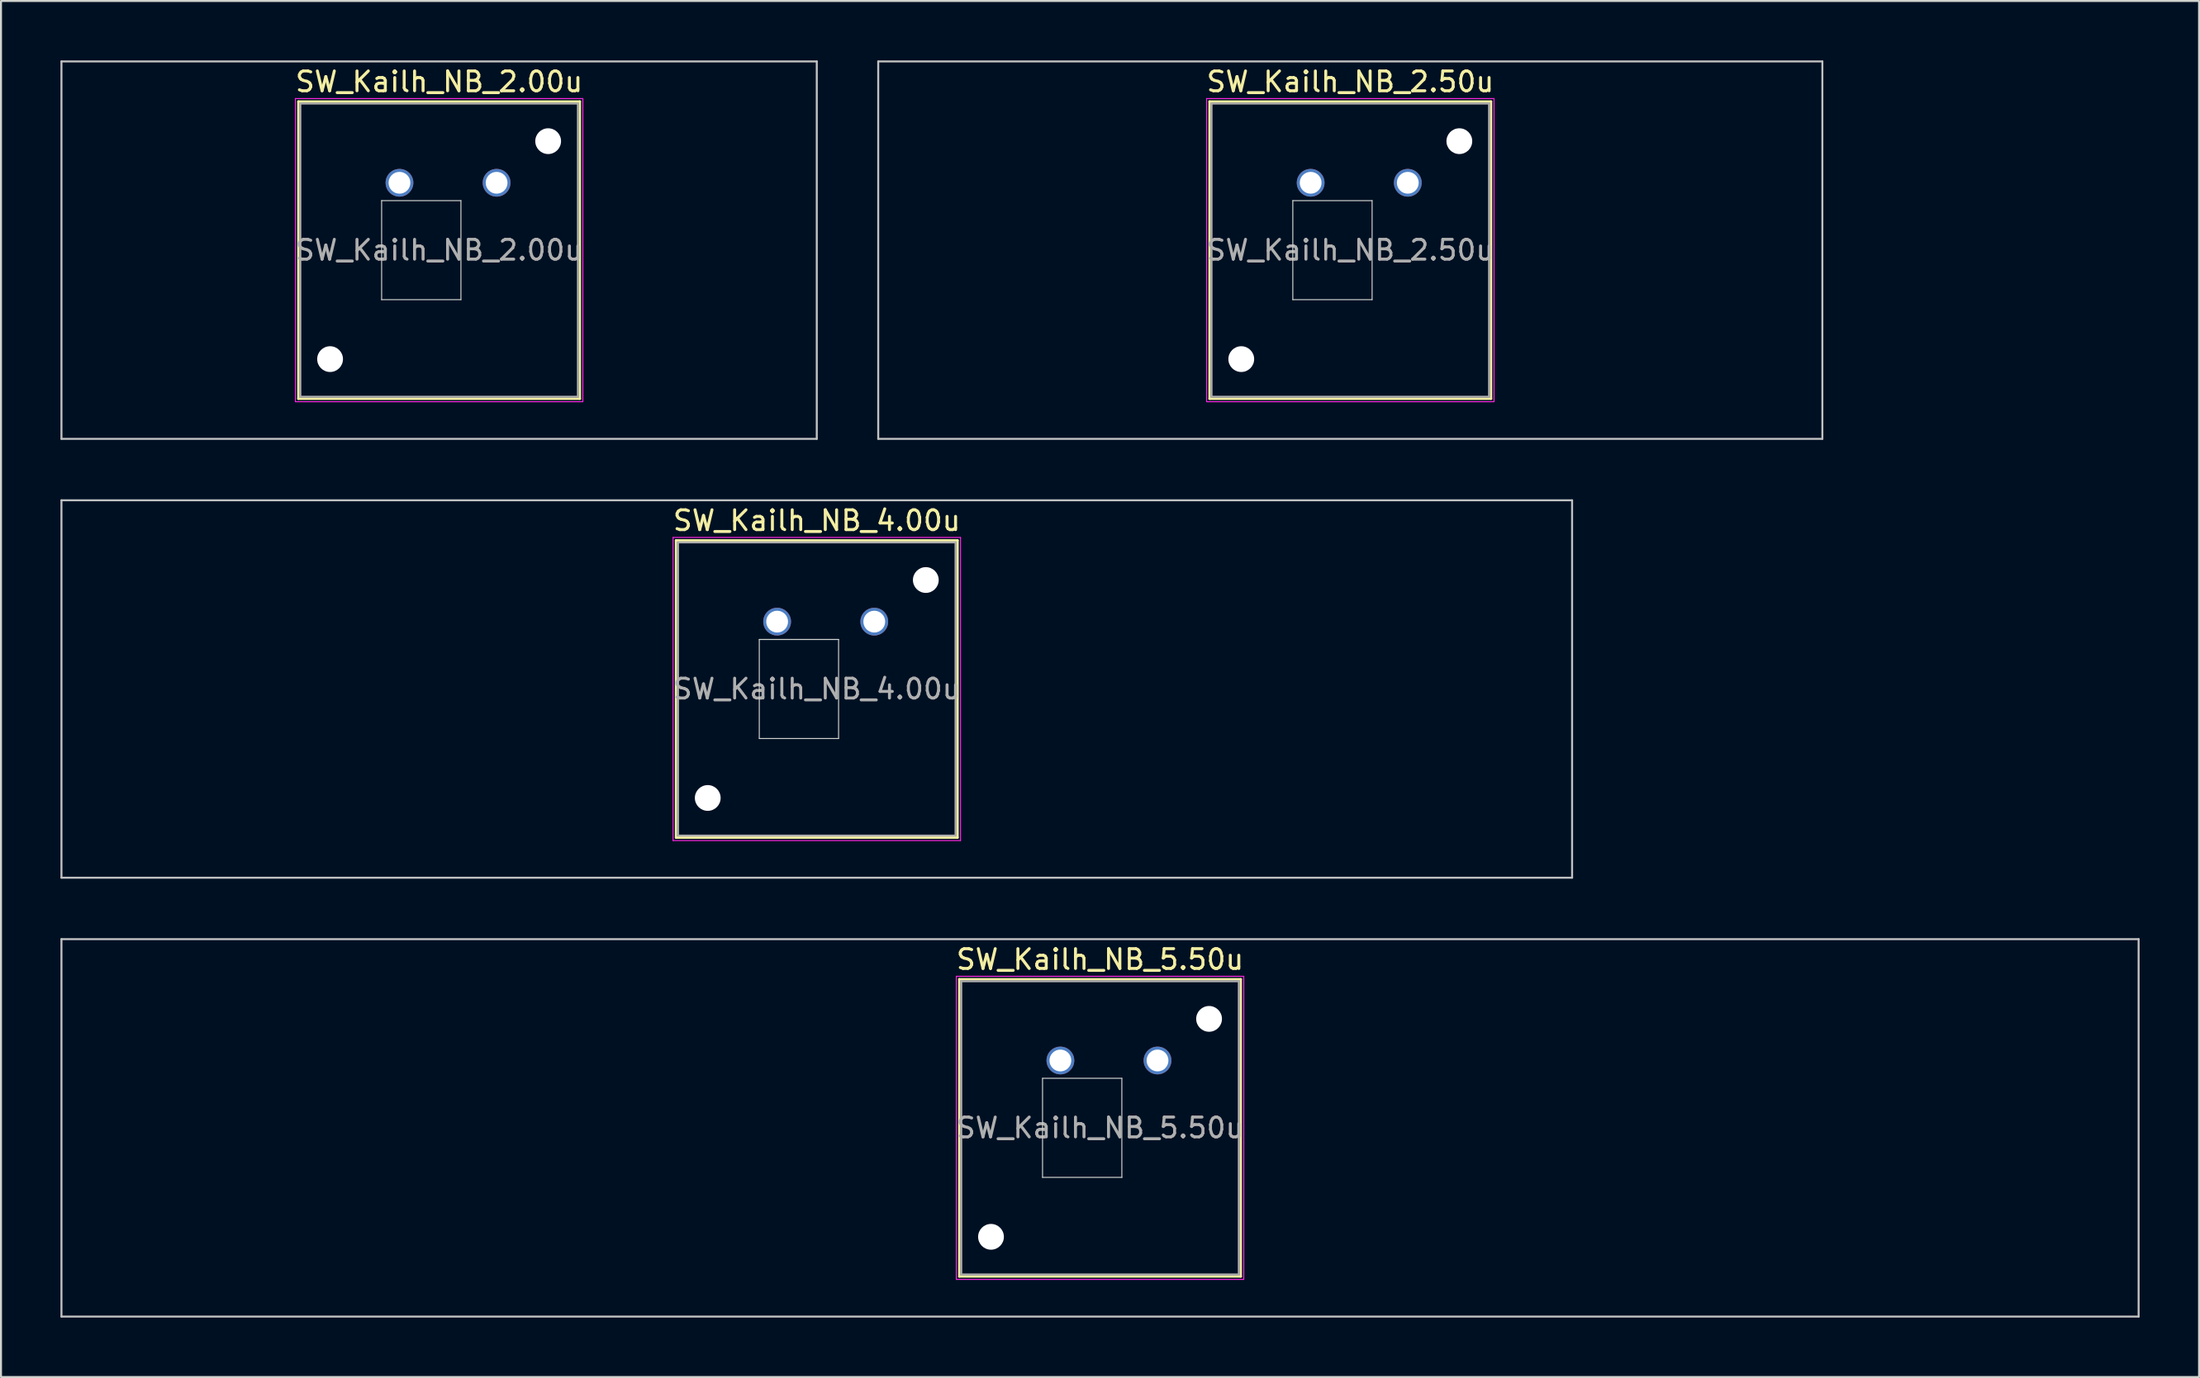
<source format=kicad_pcb>
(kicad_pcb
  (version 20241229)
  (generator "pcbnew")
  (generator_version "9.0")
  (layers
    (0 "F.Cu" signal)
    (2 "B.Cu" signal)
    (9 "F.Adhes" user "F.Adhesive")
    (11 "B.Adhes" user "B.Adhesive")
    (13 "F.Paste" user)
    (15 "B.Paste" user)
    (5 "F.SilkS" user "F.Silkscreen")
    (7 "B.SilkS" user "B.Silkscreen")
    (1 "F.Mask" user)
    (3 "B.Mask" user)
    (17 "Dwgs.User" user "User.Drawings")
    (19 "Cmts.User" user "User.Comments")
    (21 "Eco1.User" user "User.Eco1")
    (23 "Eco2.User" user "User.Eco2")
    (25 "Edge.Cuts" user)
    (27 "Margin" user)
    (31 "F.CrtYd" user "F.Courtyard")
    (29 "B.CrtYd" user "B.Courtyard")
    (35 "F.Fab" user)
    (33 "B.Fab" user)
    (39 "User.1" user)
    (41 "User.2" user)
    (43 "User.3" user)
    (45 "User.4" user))
  (footprint "SW_Kailh_NB_4.00u"
    (layer "F.Cu")
    (at 38.15 31.725)
    (property "Reference" "SW_Kailh_NB_4.00u" (at 0 -8.5 0) (layer "F.SilkS") (effects (font (size 1 1) (thickness 0.15))))
    (attr through_hole)
    (fp_line (start -7.1 -7.5) (end -7.1 7.5) (stroke (width 0.12) (type solid)) (layer "F.SilkS"))
    (fp_line (start -7.1 7.5) (end 7.1 7.5) (stroke (width 0.12) (type solid)) (layer "F.SilkS"))
    (fp_line (start 7.1 -7.5) (end -7.1 -7.5) (stroke (width 0.12) (type solid)) (layer "F.SilkS"))
    (fp_line (start 7.1 7.5) (end 7.1 -7.5) (stroke (width 0.12) (type solid)) (layer "F.SilkS"))
    (fp_line (start -38.1 -9.525) (end -38.1 9.525) (stroke (width 0.1) (type solid)) (layer "Dwgs.User"))
    (fp_line (start -38.1 9.525) (end 38.1 9.525) (stroke (width 0.1) (type solid)) (layer "Dwgs.User"))
    (fp_line (start 38.1 -9.525) (end -38.1 -9.525) (stroke (width 0.1) (type solid)) (layer "Dwgs.User"))
    (fp_line (start 38.1 9.525) (end 38.1 -9.525) (stroke (width 0.1) (type solid)) (layer "Dwgs.User"))
    (fp_line (start -2.9 -2.5) (end 1.1 -2.5) (stroke (width 0.05) (type solid)) (layer "Edge.Cuts"))
    (fp_line (start -2.9 2.5) (end -2.9 -2.5) (stroke (width 0.05) (type solid)) (layer "Edge.Cuts"))
    (fp_line (start 1.1 -2.5) (end 1.1 2.5) (stroke (width 0.05) (type solid)) (layer "Edge.Cuts"))
    (fp_line (start 1.1 2.5) (end -2.9 2.5) (stroke (width 0.05) (type solid)) (layer "Edge.Cuts"))
    (fp_line (start -7.25 -7.65) (end -7.25 7.65) (stroke (width 0.05) (type solid)) (layer "F.CrtYd"))
    (fp_line (start -7.25 7.65) (end 7.25 7.65) (stroke (width 0.05) (type solid)) (layer "F.CrtYd"))
    (fp_line (start 7.25 -7.65) (end -7.25 -7.65) (stroke (width 0.05) (type solid)) (layer "F.CrtYd"))
    (fp_line (start 7.25 7.65) (end 7.25 -7.65) (stroke (width 0.05) (type solid)) (layer "F.CrtYd"))
    (fp_line (start -7 -7.4) (end -7 7.4) (stroke (width 0.1) (type solid)) (layer "F.Fab"))
    (fp_line (start -7 7.4) (end 7 7.4) (stroke (width 0.1) (type solid)) (layer "F.Fab"))
    (fp_line (start 7 -7.4) (end -7 -7.4) (stroke (width 0.1) (type solid)) (layer "F.Fab"))
    (fp_line (start 7 7.4) (end 7 -7.4) (stroke (width 0.1) (type solid)) (layer "F.Fab"))
    (fp_text user "${REFERENCE}" (at 0 0 0) (layer "F.Fab") (effects (font (size 1 1) (thickness 0.15))))
    (pad "" np_thru_hole circle (at -5.5 5.5) (size 1.3 1.3) (drill 1.3) (layers "*.Cu" "*.Mask"))
    (pad "" smd circle (at -2 -3.4) (size 1.15 1.15) (layers "F.Mask"))
    (pad "" smd circle (at 2.9 -3.4) (size 1.15 1.15) (layers "F.Mask"))
    (pad "" np_thru_hole circle (at 5.5 -5.5) (size 1.3 1.3) (drill 1.3) (layers "*.Cu" "*.Mask"))
    (pad "1" thru_hole circle (at -2 -3.4) (size 1.4 1.4) (drill 1.1) (layers "*.Cu" "B.Mask"))
    (pad "2" thru_hole circle (at 2.9 -3.4) (size 1.4 1.4) (drill 1.1) (layers "*.Cu" "B.Mask")))
  (footprint "SW_Kailh_NB_5.50u"
    (layer "F.Cu")
    (at 52.438 53.875)
    (property "Reference" "SW_Kailh_NB_5.50u" (at 0 -8.5 0) (layer "F.SilkS") (effects (font (size 1 1) (thickness 0.15))))
    (attr through_hole)
    (fp_line (start -7.1 -7.5) (end -7.1 7.5) (stroke (width 0.12) (type solid)) (layer "F.SilkS"))
    (fp_line (start -7.1 7.5) (end 7.1 7.5) (stroke (width 0.12) (type solid)) (layer "F.SilkS"))
    (fp_line (start 7.1 -7.5) (end -7.1 -7.5) (stroke (width 0.12) (type solid)) (layer "F.SilkS"))
    (fp_line (start 7.1 7.5) (end 7.1 -7.5) (stroke (width 0.12) (type solid)) (layer "F.SilkS"))
    (fp_line (start -52.388 -9.525) (end -52.388 9.525) (stroke (width 0.1) (type solid)) (layer "Dwgs.User"))
    (fp_line (start -52.388 9.525) (end 52.388 9.525) (stroke (width 0.1) (type solid)) (layer "Dwgs.User"))
    (fp_line (start 52.388 -9.525) (end -52.388 -9.525) (stroke (width 0.1) (type solid)) (layer "Dwgs.User"))
    (fp_line (start 52.388 9.525) (end 52.388 -9.525) (stroke (width 0.1) (type solid)) (layer "Dwgs.User"))
    (fp_line (start -2.9 -2.5) (end 1.1 -2.5) (stroke (width 0.05) (type solid)) (layer "Edge.Cuts"))
    (fp_line (start -2.9 2.5) (end -2.9 -2.5) (stroke (width 0.05) (type solid)) (layer "Edge.Cuts"))
    (fp_line (start 1.1 -2.5) (end 1.1 2.5) (stroke (width 0.05) (type solid)) (layer "Edge.Cuts"))
    (fp_line (start 1.1 2.5) (end -2.9 2.5) (stroke (width 0.05) (type solid)) (layer "Edge.Cuts"))
    (fp_line (start -7.25 -7.65) (end -7.25 7.65) (stroke (width 0.05) (type solid)) (layer "F.CrtYd"))
    (fp_line (start -7.25 7.65) (end 7.25 7.65) (stroke (width 0.05) (type solid)) (layer "F.CrtYd"))
    (fp_line (start 7.25 -7.65) (end -7.25 -7.65) (stroke (width 0.05) (type solid)) (layer "F.CrtYd"))
    (fp_line (start 7.25 7.65) (end 7.25 -7.65) (stroke (width 0.05) (type solid)) (layer "F.CrtYd"))
    (fp_line (start -7 -7.4) (end -7 7.4) (stroke (width 0.1) (type solid)) (layer "F.Fab"))
    (fp_line (start -7 7.4) (end 7 7.4) (stroke (width 0.1) (type solid)) (layer "F.Fab"))
    (fp_line (start 7 -7.4) (end -7 -7.4) (stroke (width 0.1) (type solid)) (layer "F.Fab"))
    (fp_line (start 7 7.4) (end 7 -7.4) (stroke (width 0.1) (type solid)) (layer "F.Fab"))
    (fp_text user "${REFERENCE}" (at 0 0 0) (layer "F.Fab") (effects (font (size 1 1) (thickness 0.15))))
    (pad "" np_thru_hole circle (at -5.5 5.5) (size 1.3 1.3) (drill 1.3) (layers "*.Cu" "*.Mask"))
    (pad "" smd circle (at -2 -3.4) (size 1.15 1.15) (layers "F.Mask"))
    (pad "" smd circle (at 2.9 -3.4) (size 1.15 1.15) (layers "F.Mask"))
    (pad "" np_thru_hole circle (at 5.5 -5.5) (size 1.3 1.3) (drill 1.3) (layers "*.Cu" "*.Mask"))
    (pad "1" thru_hole circle (at -2 -3.4) (size 1.4 1.4) (drill 1.1) (layers "*.Cu" "B.Mask"))
    (pad "2" thru_hole circle (at 2.9 -3.4) (size 1.4 1.4) (drill 1.1) (layers "*.Cu" "B.Mask")))
  (footprint "SW_Kailh_NB_2.50u"
    (layer "F.Cu")
    (at 65.062 9.575)
    (property "Reference" "SW_Kailh_NB_2.50u" (at 0 -8.5 0) (layer "F.SilkS") (effects (font (size 1 1) (thickness 0.15))))
    (attr through_hole)
    (fp_line (start -7.1 -7.5) (end -7.1 7.5) (stroke (width 0.12) (type solid)) (layer "F.SilkS"))
    (fp_line (start -7.1 7.5) (end 7.1 7.5) (stroke (width 0.12) (type solid)) (layer "F.SilkS"))
    (fp_line (start 7.1 -7.5) (end -7.1 -7.5) (stroke (width 0.12) (type solid)) (layer "F.SilkS"))
    (fp_line (start 7.1 7.5) (end 7.1 -7.5) (stroke (width 0.12) (type solid)) (layer "F.SilkS"))
    (fp_line (start -23.812 -9.525) (end -23.812 9.525) (stroke (width 0.1) (type solid)) (layer "Dwgs.User"))
    (fp_line (start -23.812 9.525) (end 23.812 9.525) (stroke (width 0.1) (type solid)) (layer "Dwgs.User"))
    (fp_line (start 23.812 -9.525) (end -23.812 -9.525) (stroke (width 0.1) (type solid)) (layer "Dwgs.User"))
    (fp_line (start 23.812 9.525) (end 23.812 -9.525) (stroke (width 0.1) (type solid)) (layer "Dwgs.User"))
    (fp_line (start -2.9 -2.5) (end 1.1 -2.5) (stroke (width 0.05) (type solid)) (layer "Edge.Cuts"))
    (fp_line (start -2.9 2.5) (end -2.9 -2.5) (stroke (width 0.05) (type solid)) (layer "Edge.Cuts"))
    (fp_line (start 1.1 -2.5) (end 1.1 2.5) (stroke (width 0.05) (type solid)) (layer "Edge.Cuts"))
    (fp_line (start 1.1 2.5) (end -2.9 2.5) (stroke (width 0.05) (type solid)) (layer "Edge.Cuts"))
    (fp_line (start -7.25 -7.65) (end -7.25 7.65) (stroke (width 0.05) (type solid)) (layer "F.CrtYd"))
    (fp_line (start -7.25 7.65) (end 7.25 7.65) (stroke (width 0.05) (type solid)) (layer "F.CrtYd"))
    (fp_line (start 7.25 -7.65) (end -7.25 -7.65) (stroke (width 0.05) (type solid)) (layer "F.CrtYd"))
    (fp_line (start 7.25 7.65) (end 7.25 -7.65) (stroke (width 0.05) (type solid)) (layer "F.CrtYd"))
    (fp_line (start -7 -7.4) (end -7 7.4) (stroke (width 0.1) (type solid)) (layer "F.Fab"))
    (fp_line (start -7 7.4) (end 7 7.4) (stroke (width 0.1) (type solid)) (layer "F.Fab"))
    (fp_line (start 7 -7.4) (end -7 -7.4) (stroke (width 0.1) (type solid)) (layer "F.Fab"))
    (fp_line (start 7 7.4) (end 7 -7.4) (stroke (width 0.1) (type solid)) (layer "F.Fab"))
    (fp_text user "${REFERENCE}" (at 0 0 0) (layer "F.Fab") (effects (font (size 1 1) (thickness 0.15))))
    (pad "" np_thru_hole circle (at -5.5 5.5) (size 1.3 1.3) (drill 1.3) (layers "*.Cu" "*.Mask"))
    (pad "" smd circle (at -2 -3.4) (size 1.15 1.15) (layers "F.Mask"))
    (pad "" smd circle (at 2.9 -3.4) (size 1.15 1.15) (layers "F.Mask"))
    (pad "" np_thru_hole circle (at 5.5 -5.5) (size 1.3 1.3) (drill 1.3) (layers "*.Cu" "*.Mask"))
    (pad "1" thru_hole circle (at -2 -3.4) (size 1.4 1.4) (drill 1.1) (layers "*.Cu" "B.Mask"))
    (pad "2" thru_hole circle (at 2.9 -3.4) (size 1.4 1.4) (drill 1.1) (layers "*.Cu" "B.Mask")))
  (footprint "SW_Kailh_NB_2.00u"
    (layer "F.Cu")
    (at 19.1 9.575)
    (property "Reference" "SW_Kailh_NB_2.00u" (at 0 -8.5 0) (layer "F.SilkS") (effects (font (size 1 1) (thickness 0.15))))
    (attr through_hole)
    (fp_line (start -7.1 -7.5) (end -7.1 7.5) (stroke (width 0.12) (type solid)) (layer "F.SilkS"))
    (fp_line (start -7.1 7.5) (end 7.1 7.5) (stroke (width 0.12) (type solid)) (layer "F.SilkS"))
    (fp_line (start 7.1 -7.5) (end -7.1 -7.5) (stroke (width 0.12) (type solid)) (layer "F.SilkS"))
    (fp_line (start 7.1 7.5) (end 7.1 -7.5) (stroke (width 0.12) (type solid)) (layer "F.SilkS"))
    (fp_line (start -19.05 -9.525) (end -19.05 9.525) (stroke (width 0.1) (type solid)) (layer "Dwgs.User"))
    (fp_line (start -19.05 9.525) (end 19.05 9.525) (stroke (width 0.1) (type solid)) (layer "Dwgs.User"))
    (fp_line (start 19.05 -9.525) (end -19.05 -9.525) (stroke (width 0.1) (type solid)) (layer "Dwgs.User"))
    (fp_line (start 19.05 9.525) (end 19.05 -9.525) (stroke (width 0.1) (type solid)) (layer "Dwgs.User"))
    (fp_line (start -2.9 -2.5) (end 1.1 -2.5) (stroke (width 0.05) (type solid)) (layer "Edge.Cuts"))
    (fp_line (start -2.9 2.5) (end -2.9 -2.5) (stroke (width 0.05) (type solid)) (layer "Edge.Cuts"))
    (fp_line (start 1.1 -2.5) (end 1.1 2.5) (stroke (width 0.05) (type solid)) (layer "Edge.Cuts"))
    (fp_line (start 1.1 2.5) (end -2.9 2.5) (stroke (width 0.05) (type solid)) (layer "Edge.Cuts"))
    (fp_line (start -7.25 -7.65) (end -7.25 7.65) (stroke (width 0.05) (type solid)) (layer "F.CrtYd"))
    (fp_line (start -7.25 7.65) (end 7.25 7.65) (stroke (width 0.05) (type solid)) (layer "F.CrtYd"))
    (fp_line (start 7.25 -7.65) (end -7.25 -7.65) (stroke (width 0.05) (type solid)) (layer "F.CrtYd"))
    (fp_line (start 7.25 7.65) (end 7.25 -7.65) (stroke (width 0.05) (type solid)) (layer "F.CrtYd"))
    (fp_line (start -7 -7.4) (end -7 7.4) (stroke (width 0.1) (type solid)) (layer "F.Fab"))
    (fp_line (start -7 7.4) (end 7 7.4) (stroke (width 0.1) (type solid)) (layer "F.Fab"))
    (fp_line (start 7 -7.4) (end -7 -7.4) (stroke (width 0.1) (type solid)) (layer "F.Fab"))
    (fp_line (start 7 7.4) (end 7 -7.4) (stroke (width 0.1) (type solid)) (layer "F.Fab"))
    (fp_text user "${REFERENCE}" (at 0 0 0) (layer "F.Fab") (effects (font (size 1 1) (thickness 0.15))))
    (pad "" np_thru_hole circle (at -5.5 5.5) (size 1.3 1.3) (drill 1.3) (layers "*.Cu" "*.Mask"))
    (pad "" smd circle (at -2 -3.4) (size 1.15 1.15) (layers "F.Mask"))
    (pad "" smd circle (at 2.9 -3.4) (size 1.15 1.15) (layers "F.Mask"))
    (pad "" np_thru_hole circle (at 5.5 -5.5) (size 1.3 1.3) (drill 1.3) (layers "*.Cu" "*.Mask"))
    (pad "1" thru_hole circle (at -2 -3.4) (size 1.4 1.4) (drill 1.1) (layers "*.Cu" "B.Mask"))
    (pad "2" thru_hole circle (at 2.9 -3.4) (size 1.4 1.4) (drill 1.1) (layers "*.Cu" "B.Mask")))
  (gr_rect
    (start -3 -3)
    (end 107.875 66.45)
    (stroke (width 0.1) (type default))
    (fill no)
    (layer "Edge.Cuts")))
</source>
